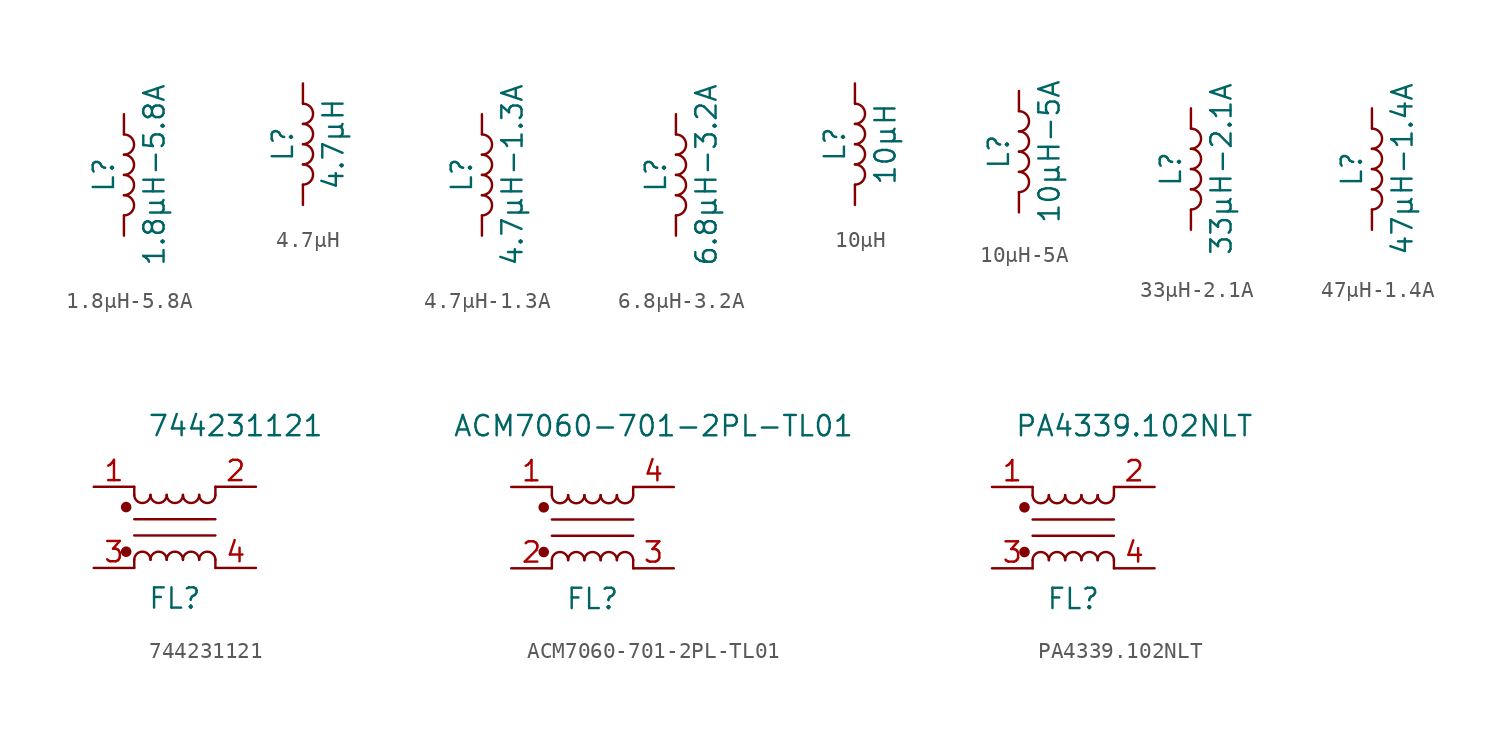
<source format=kicad_sym>
(kicad_symbol_lib
  (version 20220914)
  (generator kicad_symbol_editor)
  (symbol "1.8μH-5.8A"
    (pin_numbers hide)
    (pin_names
      (offset 1.016) hide)
    (property "Reference" "L"
      (at -1.27 0 90)
      (effects (font (size 1.27 1.27))))
    (property "Value" "1.8μH-5.8A"
      (at 1.905 0 90)
      (effects (font (size 1.27 1.27))))
    (symbol "1.8μH-5.8A_0_1"
      (arc (start 0 -2.54) (mid 0.6323 -1.905) (end 0 -1.27) (stroke (width 0) (type solid)) (fill (type none)))
      (arc (start 0 -1.27) (mid 0.6323 -0.635) (end 0 0) (stroke (width 0) (type solid)) (fill (type none)))
      (arc (start 0 0) (mid 0.6323 0.635) (end 0 1.27) (stroke (width 0) (type solid)) (fill (type none)))
      (arc (start 0 1.27) (mid 0.6323 1.905) (end 0 2.54) (stroke (width 0) (type solid)) (fill (type none))))
    (symbol "1.8μH-5.8A_1_1"
      (pin passive line (at 0 3.81 270) (length 1.27) (name "1" (effects (font (size 1.27 1.27)))) (number "1" (effects (font (size 1.27 1.27)))))
      (pin passive line (at 0 -3.81 90) (length 1.27) (name "2" (effects (font (size 1.27 1.27)))) (number "2" (effects (font (size 1.27 1.27)))))))
  (symbol "4.7μH"
    (pin_numbers hide)
    (pin_names
      (offset 1.016) hide)
    (property "Reference" "L"
      (at -1.27 0 90)
      (effects (font (size 1.27 1.27))))
    (property "Value" "4.7μH"
      (at 1.905 0 90)
      (effects (font (size 1.27 1.27))))
    (symbol "4.7μH_0_1"
      (arc (start 0 -2.54) (mid 0.6323 -1.905) (end 0 -1.27) (stroke (width 0) (type solid)) (fill (type none)))
      (arc (start 0 -1.27) (mid 0.6323 -0.635) (end 0 0) (stroke (width 0) (type solid)) (fill (type none)))
      (arc (start 0 0) (mid 0.6323 0.635) (end 0 1.27) (stroke (width 0) (type solid)) (fill (type none)))
      (arc (start 0 1.27) (mid 0.6323 1.905) (end 0 2.54) (stroke (width 0) (type solid)) (fill (type none))))
    (symbol "4.7μH_1_1"
      (pin passive line (at 0 3.81 270) (length 1.27) (name "1" (effects (font (size 1.27 1.27)))) (number "1" (effects (font (size 1.27 1.27)))))
      (pin passive line (at 0 -3.81 90) (length 1.27) (name "2" (effects (font (size 1.27 1.27)))) (number "2" (effects (font (size 1.27 1.27)))))))
  (symbol "4.7μH-1.3A"
    (pin_numbers hide)
    (pin_names
      (offset 1.016) hide)
    (property "Reference" "L"
      (at -1.27 0 90)
      (effects (font (size 1.27 1.27))))
    (property "Value" "4.7μH-1.3A"
      (at 1.905 0 90)
      (effects (font (size 1.27 1.27))))
    (symbol "4.7μH-1.3A_0_1"
      (arc (start 0 -2.54) (mid 0.6323 -1.905) (end 0 -1.27) (stroke (width 0) (type solid)) (fill (type none)))
      (arc (start 0 -1.27) (mid 0.6323 -0.635) (end 0 0) (stroke (width 0) (type solid)) (fill (type none)))
      (arc (start 0 0) (mid 0.6323 0.635) (end 0 1.27) (stroke (width 0) (type solid)) (fill (type none)))
      (arc (start 0 1.27) (mid 0.6323 1.905) (end 0 2.54) (stroke (width 0) (type solid)) (fill (type none))))
    (symbol "4.7μH-1.3A_1_1"
      (pin passive line (at 0 3.81 270) (length 1.27) (name "1" (effects (font (size 1.27 1.27)))) (number "1" (effects (font (size 1.27 1.27)))))
      (pin passive line (at 0 -3.81 90) (length 1.27) (name "2" (effects (font (size 1.27 1.27)))) (number "2" (effects (font (size 1.27 1.27)))))))
  (symbol "6.8μH-3.2A"
    (pin_numbers hide)
    (pin_names
      (offset 1.016) hide)
    (property "Reference" "L"
      (at -1.27 0 90)
      (effects (font (size 1.27 1.27))))
    (property "Value" "6.8μH-3.2A"
      (at 1.905 0 90)
      (effects (font (size 1.27 1.27))))
    (symbol "6.8μH-3.2A_0_1"
      (arc (start 0 -2.54) (mid 0.6323 -1.905) (end 0 -1.27) (stroke (width 0) (type solid)) (fill (type none)))
      (arc (start 0 -1.27) (mid 0.6323 -0.635) (end 0 0) (stroke (width 0) (type solid)) (fill (type none)))
      (arc (start 0 0) (mid 0.6323 0.635) (end 0 1.27) (stroke (width 0) (type solid)) (fill (type none)))
      (arc (start 0 1.27) (mid 0.6323 1.905) (end 0 2.54) (stroke (width 0) (type solid)) (fill (type none))))
    (symbol "6.8μH-3.2A_1_1"
      (pin passive line (at 0 3.81 270) (length 1.27) (name "1" (effects (font (size 1.27 1.27)))) (number "1" (effects (font (size 1.27 1.27)))))
      (pin passive line (at 0 -3.81 90) (length 1.27) (name "2" (effects (font (size 1.27 1.27)))) (number "2" (effects (font (size 1.27 1.27)))))))
  (symbol "10μH"
    (pin_numbers hide)
    (pin_names
      (offset 1.016) hide)
    (property "Reference" "L"
      (at -1.27 0 90)
      (effects (font (size 1.27 1.27))))
    (property "Value" "10μH"
      (at 1.905 0 90)
      (effects (font (size 1.27 1.27))))
    (symbol "10μH_0_1"
      (arc (start 0 -2.54) (mid 0.6323 -1.905) (end 0 -1.27) (stroke (width 0) (type solid)) (fill (type none)))
      (arc (start 0 -1.27) (mid 0.6323 -0.635) (end 0 0) (stroke (width 0) (type solid)) (fill (type none)))
      (arc (start 0 0) (mid 0.6323 0.635) (end 0 1.27) (stroke (width 0) (type solid)) (fill (type none)))
      (arc (start 0 1.27) (mid 0.6323 1.905) (end 0 2.54) (stroke (width 0) (type solid)) (fill (type none))))
    (symbol "10μH_1_1"
      (pin passive line (at 0 3.81 270) (length 1.27) (name "1" (effects (font (size 1.27 1.27)))) (number "1" (effects (font (size 1.27 1.27)))))
      (pin passive line (at 0 -3.81 90) (length 1.27) (name "2" (effects (font (size 1.27 1.27)))) (number "2" (effects (font (size 1.27 1.27)))))))
  (symbol "10μH-5A"
    (pin_numbers hide)
    (pin_names
      (offset 1.016) hide)
    (property "Reference" "L"
      (at -1.27 0 90)
      (effects (font (size 1.27 1.27))))
    (property "Value" "10μH-5A"
      (at 1.905 0 90)
      (effects (font (size 1.27 1.27))))
    (symbol "10μH-5A_0_1"
      (arc (start 0 -2.54) (mid 0.6323 -1.905) (end 0 -1.27) (stroke (width 0) (type solid)) (fill (type none)))
      (arc (start 0 -1.27) (mid 0.6323 -0.635) (end 0 0) (stroke (width 0) (type solid)) (fill (type none)))
      (arc (start 0 0) (mid 0.6323 0.635) (end 0 1.27) (stroke (width 0) (type solid)) (fill (type none)))
      (arc (start 0 1.27) (mid 0.6323 1.905) (end 0 2.54) (stroke (width 0) (type solid)) (fill (type none))))
    (symbol "10μH-5A_1_1"
      (pin passive line (at 0 3.81 270) (length 1.27) (name "1" (effects (font (size 1.27 1.27)))) (number "1" (effects (font (size 1.27 1.27)))))
      (pin passive line (at 0 -3.81 90) (length 1.27) (name "2" (effects (font (size 1.27 1.27)))) (number "2" (effects (font (size 1.27 1.27)))))))
  (symbol "33μH-2.1A"
    (pin_numbers hide)
    (pin_names
      (offset 1.016) hide)
    (property "Reference" "L"
      (at -1.27 0 90)
      (effects (font (size 1.27 1.27))))
    (property "Value" "33μH-2.1A"
      (at 1.905 0 90)
      (effects (font (size 1.27 1.27))))
    (symbol "33μH-2.1A_0_1"
      (arc (start 0 -2.54) (mid 0.6323 -1.905) (end 0 -1.27) (stroke (width 0) (type solid)) (fill (type none)))
      (arc (start 0 -1.27) (mid 0.6323 -0.635) (end 0 0) (stroke (width 0) (type solid)) (fill (type none)))
      (arc (start 0 0) (mid 0.6323 0.635) (end 0 1.27) (stroke (width 0) (type solid)) (fill (type none)))
      (arc (start 0 1.27) (mid 0.6323 1.905) (end 0 2.54) (stroke (width 0) (type solid)) (fill (type none))))
    (symbol "33μH-2.1A_1_1"
      (pin passive line (at 0 3.81 270) (length 1.27) (name "1" (effects (font (size 1.27 1.27)))) (number "1" (effects (font (size 1.27 1.27)))))
      (pin passive line (at 0 -3.81 90) (length 1.27) (name "2" (effects (font (size 1.27 1.27)))) (number "2" (effects (font (size 1.27 1.27)))))))
  (symbol "47μH-1.4A"
    (pin_numbers hide)
    (pin_names
      (offset 1.016) hide)
    (property "Reference" "L"
      (at -1.27 0 90)
      (effects (font (size 1.27 1.27))))
    (property "Value" "47μH-1.4A"
      (at 1.905 0 90)
      (effects (font (size 1.27 1.27))))
    (symbol "47μH-1.4A_0_1"
      (arc (start 0 -2.54) (mid 0.6323 -1.905) (end 0 -1.27) (stroke (width 0) (type solid)) (fill (type none)))
      (arc (start 0 -1.27) (mid 0.6323 -0.635) (end 0 0) (stroke (width 0) (type solid)) (fill (type none)))
      (arc (start 0 0) (mid 0.6323 0.635) (end 0 1.27) (stroke (width 0) (type solid)) (fill (type none)))
      (arc (start 0 1.27) (mid 0.6323 1.905) (end 0 2.54) (stroke (width 0) (type solid)) (fill (type none))))
    (symbol "47μH-1.4A_1_1"
      (pin passive line (at 0 3.81 270) (length 1.27) (name "1" (effects (font (size 1.27 1.27)))) (number "1" (effects (font (size 1.27 1.27)))))
      (pin passive line (at 0 -3.81 90) (length 1.27) (name "2" (effects (font (size 1.27 1.27)))) (number "2" (effects (font (size 1.27 1.27)))))))
  (symbol "744231121"
    (pin_names hide)
    (property "Reference" "FL"
      (at 5.08 -1.905 0)
      (effects (font (size 1.27 1.27))))
    (property "Value" "744231121"
      (at 8.89 8.89 0)
      (effects (font (size 1.27 1.27))))
    (symbol "744231121_0_1"
      (polyline (pts (xy 2.54 0.508) (xy 2.54 0)) (stroke (width 0) (type solid)) (fill (type none)))
      (polyline (pts (xy 2.54 2.032) (xy 7.62 2.032)) (stroke (width 0) (type solid)) (fill (type none)))
      (polyline (pts (xy 2.54 4.572) (xy 2.54 5.08)) (stroke (width 0) (type solid)) (fill (type none)))
      (polyline (pts (xy 7.62 0) (xy 7.62 0.508)) (stroke (width 0) (type solid)) (fill (type none)))
      (polyline (pts (xy 7.62 3.048) (xy 2.54 3.048)) (stroke (width 0) (type solid)) (fill (type none)))
      (polyline (pts (xy 7.62 4.572) (xy 7.62 5.08)) (stroke (width 0) (type solid)) (fill (type none)))
      (circle (center 2.032 1.016) (radius 0.254) (stroke (width 0) (type solid)) (fill (type outline)))
      (circle (center 2.032 3.81) (radius 0.254) (stroke (width 0) (type solid)) (fill (type outline)))
      (arc (start 2.54 4.572) (mid 3.048 4.0662) (end 3.556 4.572) (stroke (width 0) (type solid)) (fill (type none)))
      (arc (start 3.556 0.508) (mid 3.048 1.0138) (end 2.54 0.508) (stroke (width 0) (type solid)) (fill (type none)))
      (arc (start 3.556 4.572) (mid 4.064 4.0662) (end 4.572 4.572) (stroke (width 0) (type solid)) (fill (type none)))
      (arc (start 4.572 0.508) (mid 4.064 1.0138) (end 3.556 0.508) (stroke (width 0) (type solid)) (fill (type none)))
      (arc (start 4.572 4.572) (mid 5.08 4.0662) (end 5.588 4.572) (stroke (width 0) (type solid)) (fill (type none)))
      (arc (start 5.588 0.508) (mid 5.08 1.0138) (end 4.572 0.508) (stroke (width 0) (type solid)) (fill (type none)))
      (arc (start 5.588 4.572) (mid 6.096 4.0662) (end 6.604 4.572) (stroke (width 0) (type solid)) (fill (type none)))
      (arc (start 6.604 0.508) (mid 6.096 1.0138) (end 5.588 0.508) (stroke (width 0) (type solid)) (fill (type none)))
      (arc (start 6.604 4.572) (mid 7.112 4.0662) (end 7.62 4.572) (stroke (width 0) (type solid)) (fill (type none)))
      (arc (start 7.62 0.508) (mid 7.112 1.0138) (end 6.604 0.508) (stroke (width 0) (type solid)) (fill (type none))))
    (symbol "744231121_1_1"
      (pin passive line (at 0 5.08 0) (length 2.54) (name "1" (effects (font (size 1.27 1.27)))) (number "1" (effects (font (size 1.27 1.27)))))
      (pin passive line (at 10.16 5.08 180) (length 2.54) (name "2" (effects (font (size 1.27 1.27)))) (number "2" (effects (font (size 1.27 1.27)))))
      (pin passive line (at 0 0 0) (length 2.54) (name "3" (effects (font (size 1.27 1.27)))) (number "3" (effects (font (size 1.27 1.27)))))
      (pin passive line (at 10.16 0 180) (length 2.54) (name "4" (effects (font (size 1.27 1.27)))) (number "4" (effects (font (size 1.27 1.27)))))))
  (symbol "ACM7060-701-2PL-TL01"
    (pin_names hide)
    (property "Reference" "FL"
      (at 5.08 -1.905 0)
      (effects (font (size 1.27 1.27))))
    (property "Value" "ACM7060-701-2PL-TL01"
      (at 8.89 8.89 0)
      (effects (font (size 1.27 1.27))))
    (symbol "ACM7060-701-2PL-TL01_0_1"
      (polyline (pts (xy 2.54 0.508) (xy 2.54 0)) (stroke (width 0) (type solid)) (fill (type none)))
      (polyline (pts (xy 2.54 2.032) (xy 7.62 2.032)) (stroke (width 0) (type solid)) (fill (type none)))
      (polyline (pts (xy 2.54 4.572) (xy 2.54 5.08)) (stroke (width 0) (type solid)) (fill (type none)))
      (polyline (pts (xy 7.62 0) (xy 7.62 0.508)) (stroke (width 0) (type solid)) (fill (type none)))
      (polyline (pts (xy 7.62 3.048) (xy 2.54 3.048)) (stroke (width 0) (type solid)) (fill (type none)))
      (polyline (pts (xy 7.62 4.572) (xy 7.62 5.08)) (stroke (width 0) (type solid)) (fill (type none)))
      (circle (center 2.032 1.016) (radius 0.254) (stroke (width 0) (type solid)) (fill (type outline)))
      (circle (center 2.032 3.81) (radius 0.254) (stroke (width 0) (type solid)) (fill (type outline)))
      (arc (start 2.54 4.572) (mid 3.048 4.0662) (end 3.556 4.572) (stroke (width 0) (type solid)) (fill (type none)))
      (arc (start 3.556 0.508) (mid 3.048 1.0138) (end 2.54 0.508) (stroke (width 0) (type solid)) (fill (type none)))
      (arc (start 3.556 4.572) (mid 4.064 4.0662) (end 4.572 4.572) (stroke (width 0) (type solid)) (fill (type none)))
      (arc (start 4.572 0.508) (mid 4.064 1.0138) (end 3.556 0.508) (stroke (width 0) (type solid)) (fill (type none)))
      (arc (start 4.572 4.572) (mid 5.08 4.0662) (end 5.588 4.572) (stroke (width 0) (type solid)) (fill (type none)))
      (arc (start 5.588 0.508) (mid 5.08 1.0138) (end 4.572 0.508) (stroke (width 0) (type solid)) (fill (type none)))
      (arc (start 5.588 4.572) (mid 6.096 4.0662) (end 6.604 4.572) (stroke (width 0) (type solid)) (fill (type none)))
      (arc (start 6.604 0.508) (mid 6.096 1.0138) (end 5.588 0.508) (stroke (width 0) (type solid)) (fill (type none)))
      (arc (start 6.604 4.572) (mid 7.112 4.0662) (end 7.62 4.572) (stroke (width 0) (type solid)) (fill (type none)))
      (arc (start 7.62 0.508) (mid 7.112 1.0138) (end 6.604 0.508) (stroke (width 0) (type solid)) (fill (type none))))
    (symbol "ACM7060-701-2PL-TL01_1_1"
      (pin passive line (at 0 5.08 0) (length 2.54) (name "1" (effects (font (size 1.27 1.27)))) (number "1" (effects (font (size 1.27 1.27)))))
      (pin passive line (at 0 0 0) (length 2.54) (name "2" (effects (font (size 1.27 1.27)))) (number "2" (effects (font (size 1.27 1.27)))))
      (pin passive line (at 10.16 0 180) (length 2.54) (name "3" (effects (font (size 1.27 1.27)))) (number "3" (effects (font (size 1.27 1.27)))))
      (pin passive line (at 10.16 5.08 180) (length 2.54) (name "4" (effects (font (size 1.27 1.27)))) (number "4" (effects (font (size 1.27 1.27)))))))
  (symbol "PA4339.102NLT"
    (pin_names hide)
    (property "Reference" "FL"
      (at 5.08 -1.905 0)
      (effects (font (size 1.27 1.27))))
    (property "Value" "PA4339.102NLT"
      (at 8.89 8.89 0)
      (effects (font (size 1.27 1.27))))
    (symbol "PA4339.102NLT_0_1"
      (polyline (pts (xy 2.54 0.508) (xy 2.54 0)) (stroke (width 0) (type solid)) (fill (type none)))
      (polyline (pts (xy 2.54 2.032) (xy 7.62 2.032)) (stroke (width 0) (type solid)) (fill (type none)))
      (polyline (pts (xy 2.54 4.572) (xy 2.54 5.08)) (stroke (width 0) (type solid)) (fill (type none)))
      (polyline (pts (xy 7.62 0) (xy 7.62 0.508)) (stroke (width 0) (type solid)) (fill (type none)))
      (polyline (pts (xy 7.62 3.048) (xy 2.54 3.048)) (stroke (width 0) (type solid)) (fill (type none)))
      (polyline (pts (xy 7.62 4.572) (xy 7.62 5.08)) (stroke (width 0) (type solid)) (fill (type none)))
      (circle (center 2.032 1.016) (radius 0.254) (stroke (width 0) (type solid)) (fill (type outline)))
      (circle (center 2.032 3.81) (radius 0.254) (stroke (width 0) (type solid)) (fill (type outline)))
      (arc (start 2.54 4.572) (mid 3.048 4.0662) (end 3.556 4.572) (stroke (width 0) (type solid)) (fill (type none)))
      (arc (start 3.556 0.508) (mid 3.048 1.0138) (end 2.54 0.508) (stroke (width 0) (type solid)) (fill (type none)))
      (arc (start 3.556 4.572) (mid 4.064 4.0662) (end 4.572 4.572) (stroke (width 0) (type solid)) (fill (type none)))
      (arc (start 4.572 0.508) (mid 4.064 1.0138) (end 3.556 0.508) (stroke (width 0) (type solid)) (fill (type none)))
      (arc (start 4.572 4.572) (mid 5.08 4.0662) (end 5.588 4.572) (stroke (width 0) (type solid)) (fill (type none)))
      (arc (start 5.588 0.508) (mid 5.08 1.0138) (end 4.572 0.508) (stroke (width 0) (type solid)) (fill (type none)))
      (arc (start 5.588 4.572) (mid 6.096 4.0662) (end 6.604 4.572) (stroke (width 0) (type solid)) (fill (type none)))
      (arc (start 6.604 0.508) (mid 6.096 1.0138) (end 5.588 0.508) (stroke (width 0) (type solid)) (fill (type none)))
      (arc (start 6.604 4.572) (mid 7.112 4.0662) (end 7.62 4.572) (stroke (width 0) (type solid)) (fill (type none)))
      (arc (start 7.62 0.508) (mid 7.112 1.0138) (end 6.604 0.508) (stroke (width 0) (type solid)) (fill (type none))))
    (symbol "PA4339.102NLT_1_1"
      (pin passive line (at 0 5.08 0) (length 2.54) (name "1" (effects (font (size 1.27 1.27)))) (number "1" (effects (font (size 1.27 1.27)))))
      (pin passive line (at 10.16 5.08 180) (length 2.54) (name "2" (effects (font (size 1.27 1.27)))) (number "2" (effects (font (size 1.27 1.27)))))
      (pin passive line (at 0 0 0) (length 2.54) (name "3" (effects (font (size 1.27 1.27)))) (number "3" (effects (font (size 1.27 1.27)))))
      (pin passive line (at 10.16 0 180) (length 2.54) (name "4" (effects (font (size 1.27 1.27)))) (number "4" (effects (font (size 1.27 1.27))))))))
</source>
